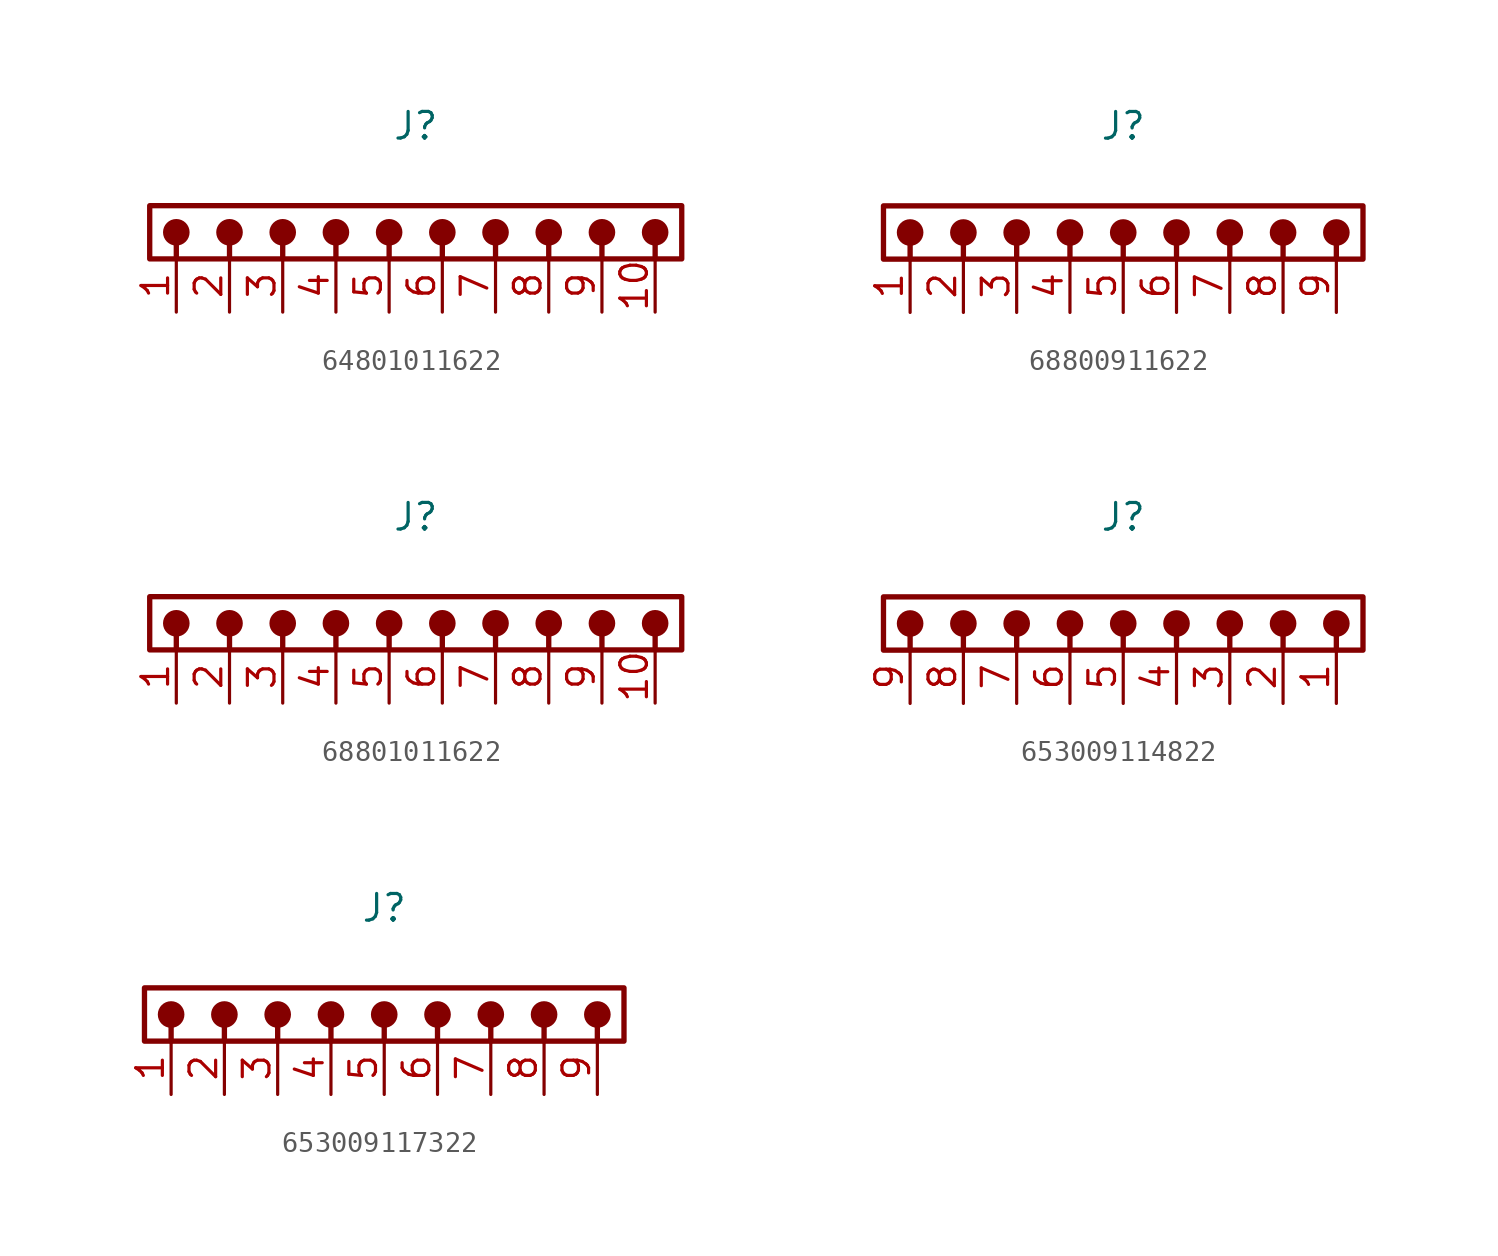
<source format=kicad_sym>
(kicad_symbol_lib
  (version 20241209)
  (generator "kicad_symbol_editor")
  (generator_version "9.0")
  (symbol "64801011622"
    (pin_names
      (hide yes))
    (property "Reference" "J"
      (at 0 5.08 0)
      (effects (font (size 1.27 1.27))))
    (symbol "64801011622_1_1"
      (rectangle (start -12.7 1.27) (end 12.7 -1.27) (stroke (width 0.254) (type solid)) (fill (type none)))
      (circle (center -11.43 0) (radius 0.508) (stroke (width 0.254) (type solid)) (fill (type outline)))
      (polyline (pts (xy -11.43 -0.508) (xy -11.43 -1.27)) (stroke (width 0.254) (type solid)) (fill (type none)))
      (circle (center -8.89 0) (radius 0.508) (stroke (width 0.254) (type solid)) (fill (type outline)))
      (polyline (pts (xy -8.89 -0.508) (xy -8.89 -1.27)) (stroke (width 0.254) (type solid)) (fill (type none)))
      (circle (center -6.35 0) (radius 0.508) (stroke (width 0.254) (type solid)) (fill (type outline)))
      (polyline (pts (xy -6.35 -0.508) (xy -6.35 -1.27)) (stroke (width 0.254) (type solid)) (fill (type none)))
      (circle (center -3.81 0) (radius 0.508) (stroke (width 0.254) (type solid)) (fill (type outline)))
      (polyline (pts (xy -3.81 -0.508) (xy -3.81 -1.27)) (stroke (width 0.254) (type solid)) (fill (type none)))
      (circle (center -1.27 0) (radius 0.508) (stroke (width 0.254) (type solid)) (fill (type outline)))
      (polyline (pts (xy -1.27 -0.508) (xy -1.27 -1.27)) (stroke (width 0.254) (type solid)) (fill (type none)))
      (circle (center 1.27 0) (radius 0.508) (stroke (width 0.254) (type solid)) (fill (type outline)))
      (polyline (pts (xy 1.27 -0.508) (xy 1.27 -1.27)) (stroke (width 0.254) (type solid)) (fill (type none)))
      (circle (center 3.81 0) (radius 0.508) (stroke (width 0.254) (type solid)) (fill (type outline)))
      (polyline (pts (xy 3.81 -0.508) (xy 3.81 -1.27)) (stroke (width 0.254) (type solid)) (fill (type none)))
      (circle (center 6.35 0) (radius 0.508) (stroke (width 0.254) (type solid)) (fill (type outline)))
      (polyline (pts (xy 6.35 -0.508) (xy 6.35 -1.27)) (stroke (width 0.254) (type solid)) (fill (type none)))
      (circle (center 8.89 0) (radius 0.508) (stroke (width 0.254) (type solid)) (fill (type outline)))
      (polyline (pts (xy 8.89 -0.508) (xy 8.89 -1.27)) (stroke (width 0.254) (type solid)) (fill (type none)))
      (circle (center 11.43 0) (radius 0.508) (stroke (width 0.254) (type solid)) (fill (type outline)))
      (polyline (pts (xy 11.43 -0.508) (xy 11.43 -1.27)) (stroke (width 0.254) (type solid)) (fill (type none)))
      (pin passive line (at -11.43 -3.81 90) (length 2.54) (name "1" (effects (font (size 1.27 1.27)))) (number "1" (effects (font (size 1.27 1.27)))))
      (pin passive line (at -8.89 -3.81 90) (length 2.54) (name "2" (effects (font (size 1.27 1.27)))) (number "2" (effects (font (size 1.27 1.27)))))
      (pin passive line (at -6.35 -3.81 90) (length 2.54) (name "3" (effects (font (size 1.27 1.27)))) (number "3" (effects (font (size 1.27 1.27)))))
      (pin passive line (at -3.81 -3.81 90) (length 2.54) (name "4" (effects (font (size 1.27 1.27)))) (number "4" (effects (font (size 1.27 1.27)))))
      (pin passive line (at -1.27 -3.81 90) (length 2.54) (name "5" (effects (font (size 1.27 1.27)))) (number "5" (effects (font (size 1.27 1.27)))))
      (pin passive line (at 1.27 -3.81 90) (length 2.54) (name "6" (effects (font (size 1.27 1.27)))) (number "6" (effects (font (size 1.27 1.27)))))
      (pin passive line (at 3.81 -3.81 90) (length 2.54) (name "7" (effects (font (size 1.27 1.27)))) (number "7" (effects (font (size 1.27 1.27)))))
      (pin passive line (at 6.35 -3.81 90) (length 2.54) (name "8" (effects (font (size 1.27 1.27)))) (number "8" (effects (font (size 1.27 1.27)))))
      (pin passive line (at 8.89 -3.81 90) (length 2.54) (name "9" (effects (font (size 1.27 1.27)))) (number "9" (effects (font (size 1.27 1.27)))))
      (pin passive line (at 11.43 -3.81 90) (length 2.54) (name "10" (effects (font (size 1.27 1.27)))) (number "10" (effects (font (size 1.27 1.27)))))))
  (symbol "68800911622"
    (pin_names
      (hide yes))
    (property "Reference" "J"
      (at 0 5.08 0)
      (effects (font (size 1.27 1.27))))
    (symbol "68800911622_1_1"
      (rectangle (start -11.43 1.27) (end 11.43 -1.27) (stroke (width 0.254) (type solid)) (fill (type none)))
      (circle (center -10.16 0) (radius 0.508) (stroke (width 0.254) (type solid)) (fill (type outline)))
      (polyline (pts (xy -10.16 -0.508) (xy -10.16 -1.27)) (stroke (width 0.254) (type solid)) (fill (type none)))
      (circle (center -7.62 0) (radius 0.508) (stroke (width 0.254) (type solid)) (fill (type outline)))
      (polyline (pts (xy -7.62 -0.508) (xy -7.62 -1.27)) (stroke (width 0.254) (type solid)) (fill (type none)))
      (circle (center -5.08 0) (radius 0.508) (stroke (width 0.254) (type solid)) (fill (type outline)))
      (polyline (pts (xy -5.08 -0.508) (xy -5.08 -1.27)) (stroke (width 0.254) (type solid)) (fill (type none)))
      (circle (center -2.54 0) (radius 0.508) (stroke (width 0.254) (type solid)) (fill (type outline)))
      (polyline (pts (xy -2.54 -0.508) (xy -2.54 -1.27)) (stroke (width 0.254) (type solid)) (fill (type none)))
      (circle (center 0 0) (radius 0.508) (stroke (width 0.254) (type solid)) (fill (type outline)))
      (polyline (pts (xy 0 -0.508) (xy 0 -1.27)) (stroke (width 0.254) (type solid)) (fill (type none)))
      (circle (center 2.54 0) (radius 0.508) (stroke (width 0.254) (type solid)) (fill (type outline)))
      (polyline (pts (xy 2.54 -0.508) (xy 2.54 -1.27)) (stroke (width 0.254) (type solid)) (fill (type none)))
      (circle (center 5.08 0) (radius 0.508) (stroke (width 0.254) (type solid)) (fill (type outline)))
      (polyline (pts (xy 5.08 -0.508) (xy 5.08 -1.27)) (stroke (width 0.254) (type solid)) (fill (type none)))
      (circle (center 7.62 0) (radius 0.508) (stroke (width 0.254) (type solid)) (fill (type outline)))
      (polyline (pts (xy 7.62 -0.508) (xy 7.62 -1.27)) (stroke (width 0.254) (type solid)) (fill (type none)))
      (circle (center 10.16 0) (radius 0.508) (stroke (width 0.254) (type solid)) (fill (type outline)))
      (polyline (pts (xy 10.16 -0.508) (xy 10.16 -1.27)) (stroke (width 0.254) (type solid)) (fill (type none)))
      (pin passive line (at -10.16 -3.81 90) (length 2.54) (name "1" (effects (font (size 1.27 1.27)))) (number "1" (effects (font (size 1.27 1.27)))))
      (pin passive line (at -7.62 -3.81 90) (length 2.54) (name "2" (effects (font (size 1.27 1.27)))) (number "2" (effects (font (size 1.27 1.27)))))
      (pin passive line (at -5.08 -3.81 90) (length 2.54) (name "3" (effects (font (size 1.27 1.27)))) (number "3" (effects (font (size 1.27 1.27)))))
      (pin passive line (at -2.54 -3.81 90) (length 2.54) (name "4" (effects (font (size 1.27 1.27)))) (number "4" (effects (font (size 1.27 1.27)))))
      (pin passive line (at 0 -3.81 90) (length 2.54) (name "5" (effects (font (size 1.27 1.27)))) (number "5" (effects (font (size 1.27 1.27)))))
      (pin passive line (at 2.54 -3.81 90) (length 2.54) (name "6" (effects (font (size 1.27 1.27)))) (number "6" (effects (font (size 1.27 1.27)))))
      (pin passive line (at 5.08 -3.81 90) (length 2.54) (name "7" (effects (font (size 1.27 1.27)))) (number "7" (effects (font (size 1.27 1.27)))))
      (pin passive line (at 7.62 -3.81 90) (length 2.54) (name "8" (effects (font (size 1.27 1.27)))) (number "8" (effects (font (size 1.27 1.27)))))
      (pin passive line (at 10.16 -3.81 90) (length 2.54) (name "9" (effects (font (size 1.27 1.27)))) (number "9" (effects (font (size 1.27 1.27)))))))
  (symbol "68801011622"
    (pin_names
      (hide yes))
    (property "Reference" "J"
      (at 0 5.08 0)
      (effects (font (size 1.27 1.27))))
    (symbol "68801011622_1_1"
      (rectangle (start -12.7 1.27) (end 12.7 -1.27) (stroke (width 0.254) (type solid)) (fill (type none)))
      (circle (center -11.43 0) (radius 0.508) (stroke (width 0.254) (type solid)) (fill (type outline)))
      (polyline (pts (xy -11.43 -0.508) (xy -11.43 -1.27)) (stroke (width 0.254) (type solid)) (fill (type none)))
      (circle (center -8.89 0) (radius 0.508) (stroke (width 0.254) (type solid)) (fill (type outline)))
      (polyline (pts (xy -8.89 -0.508) (xy -8.89 -1.27)) (stroke (width 0.254) (type solid)) (fill (type none)))
      (circle (center -6.35 0) (radius 0.508) (stroke (width 0.254) (type solid)) (fill (type outline)))
      (polyline (pts (xy -6.35 -0.508) (xy -6.35 -1.27)) (stroke (width 0.254) (type solid)) (fill (type none)))
      (circle (center -3.81 0) (radius 0.508) (stroke (width 0.254) (type solid)) (fill (type outline)))
      (polyline (pts (xy -3.81 -0.508) (xy -3.81 -1.27)) (stroke (width 0.254) (type solid)) (fill (type none)))
      (circle (center -1.27 0) (radius 0.508) (stroke (width 0.254) (type solid)) (fill (type outline)))
      (polyline (pts (xy -1.27 -0.508) (xy -1.27 -1.27)) (stroke (width 0.254) (type solid)) (fill (type none)))
      (circle (center 1.27 0) (radius 0.508) (stroke (width 0.254) (type solid)) (fill (type outline)))
      (polyline (pts (xy 1.27 -0.508) (xy 1.27 -1.27)) (stroke (width 0.254) (type solid)) (fill (type none)))
      (circle (center 3.81 0) (radius 0.508) (stroke (width 0.254) (type solid)) (fill (type outline)))
      (polyline (pts (xy 3.81 -0.508) (xy 3.81 -1.27)) (stroke (width 0.254) (type solid)) (fill (type none)))
      (circle (center 6.35 0) (radius 0.508) (stroke (width 0.254) (type solid)) (fill (type outline)))
      (polyline (pts (xy 6.35 -0.508) (xy 6.35 -1.27)) (stroke (width 0.254) (type solid)) (fill (type none)))
      (circle (center 8.89 0) (radius 0.508) (stroke (width 0.254) (type solid)) (fill (type outline)))
      (polyline (pts (xy 8.89 -0.508) (xy 8.89 -1.27)) (stroke (width 0.254) (type solid)) (fill (type none)))
      (circle (center 11.43 0) (radius 0.508) (stroke (width 0.254) (type solid)) (fill (type outline)))
      (polyline (pts (xy 11.43 -0.508) (xy 11.43 -1.27)) (stroke (width 0.254) (type solid)) (fill (type none)))
      (pin passive line (at -11.43 -3.81 90) (length 2.54) (name "1" (effects (font (size 1.27 1.27)))) (number "1" (effects (font (size 1.27 1.27)))))
      (pin passive line (at -8.89 -3.81 90) (length 2.54) (name "2" (effects (font (size 1.27 1.27)))) (number "2" (effects (font (size 1.27 1.27)))))
      (pin passive line (at -6.35 -3.81 90) (length 2.54) (name "3" (effects (font (size 1.27 1.27)))) (number "3" (effects (font (size 1.27 1.27)))))
      (pin passive line (at -3.81 -3.81 90) (length 2.54) (name "4" (effects (font (size 1.27 1.27)))) (number "4" (effects (font (size 1.27 1.27)))))
      (pin passive line (at -1.27 -3.81 90) (length 2.54) (name "5" (effects (font (size 1.27 1.27)))) (number "5" (effects (font (size 1.27 1.27)))))
      (pin passive line (at 1.27 -3.81 90) (length 2.54) (name "6" (effects (font (size 1.27 1.27)))) (number "6" (effects (font (size 1.27 1.27)))))
      (pin passive line (at 3.81 -3.81 90) (length 2.54) (name "7" (effects (font (size 1.27 1.27)))) (number "7" (effects (font (size 1.27 1.27)))))
      (pin passive line (at 6.35 -3.81 90) (length 2.54) (name "8" (effects (font (size 1.27 1.27)))) (number "8" (effects (font (size 1.27 1.27)))))
      (pin passive line (at 8.89 -3.81 90) (length 2.54) (name "9" (effects (font (size 1.27 1.27)))) (number "9" (effects (font (size 1.27 1.27)))))
      (pin passive line (at 11.43 -3.81 90) (length 2.54) (name "10" (effects (font (size 1.27 1.27)))) (number "10" (effects (font (size 1.27 1.27)))))))
  (symbol "653009114822"
    (pin_names
      (hide yes))
    (property "Reference" "J"
      (at 0 5.08 0)
      (effects (font (size 1.27 1.27))))
    (symbol "653009114822_1_1"
      (rectangle (start -11.43 1.27) (end 11.43 -1.27) (stroke (width 0.254) (type solid)) (fill (type none)))
      (circle (center -10.16 0) (radius 0.508) (stroke (width 0.254) (type solid)) (fill (type outline)))
      (polyline (pts (xy -10.16 -0.508) (xy -10.16 -1.27)) (stroke (width 0.254) (type solid)) (fill (type none)))
      (circle (center -7.62 0) (radius 0.508) (stroke (width 0.254) (type solid)) (fill (type outline)))
      (polyline (pts (xy -7.62 -0.508) (xy -7.62 -1.27)) (stroke (width 0.254) (type solid)) (fill (type none)))
      (circle (center -5.08 0) (radius 0.508) (stroke (width 0.254) (type solid)) (fill (type outline)))
      (polyline (pts (xy -5.08 -0.508) (xy -5.08 -1.27)) (stroke (width 0.254) (type solid)) (fill (type none)))
      (circle (center -2.54 0) (radius 0.508) (stroke (width 0.254) (type solid)) (fill (type outline)))
      (polyline (pts (xy -2.54 -0.508) (xy -2.54 -1.27)) (stroke (width 0.254) (type solid)) (fill (type none)))
      (circle (center 0 0) (radius 0.508) (stroke (width 0.254) (type solid)) (fill (type outline)))
      (polyline (pts (xy 0 -0.508) (xy 0 -1.27)) (stroke (width 0.254) (type solid)) (fill (type none)))
      (circle (center 2.54 0) (radius 0.508) (stroke (width 0.254) (type solid)) (fill (type outline)))
      (polyline (pts (xy 2.54 -0.508) (xy 2.54 -1.27)) (stroke (width 0.254) (type solid)) (fill (type none)))
      (circle (center 5.08 0) (radius 0.508) (stroke (width 0.254) (type solid)) (fill (type outline)))
      (polyline (pts (xy 5.08 -0.508) (xy 5.08 -1.27)) (stroke (width 0.254) (type solid)) (fill (type none)))
      (circle (center 7.62 0) (radius 0.508) (stroke (width 0.254) (type solid)) (fill (type outline)))
      (polyline (pts (xy 7.62 -0.508) (xy 7.62 -1.27)) (stroke (width 0.254) (type solid)) (fill (type none)))
      (circle (center 10.16 0) (radius 0.508) (stroke (width 0.254) (type solid)) (fill (type outline)))
      (polyline (pts (xy 10.16 -0.508) (xy 10.16 -1.27)) (stroke (width 0.254) (type solid)) (fill (type none)))
      (pin passive line (at -10.16 -3.81 90) (length 2.54) (name "9" (effects (font (size 1.27 1.27)))) (number "9" (effects (font (size 1.27 1.27)))))
      (pin passive line (at -7.62 -3.81 90) (length 2.54) (name "8" (effects (font (size 1.27 1.27)))) (number "8" (effects (font (size 1.27 1.27)))))
      (pin passive line (at -5.08 -3.81 90) (length 2.54) (name "7" (effects (font (size 1.27 1.27)))) (number "7" (effects (font (size 1.27 1.27)))))
      (pin passive line (at -2.54 -3.81 90) (length 2.54) (name "6" (effects (font (size 1.27 1.27)))) (number "6" (effects (font (size 1.27 1.27)))))
      (pin passive line (at 0 -3.81 90) (length 2.54) (name "5" (effects (font (size 1.27 1.27)))) (number "5" (effects (font (size 1.27 1.27)))))
      (pin passive line (at 2.54 -3.81 90) (length 2.54) (name "4" (effects (font (size 1.27 1.27)))) (number "4" (effects (font (size 1.27 1.27)))))
      (pin passive line (at 5.08 -3.81 90) (length 2.54) (name "3" (effects (font (size 1.27 1.27)))) (number "3" (effects (font (size 1.27 1.27)))))
      (pin passive line (at 7.62 -3.81 90) (length 2.54) (name "2" (effects (font (size 1.27 1.27)))) (number "2" (effects (font (size 1.27 1.27)))))
      (pin passive line (at 10.16 -3.81 90) (length 2.54) (name "1" (effects (font (size 1.27 1.27)))) (number "1" (effects (font (size 1.27 1.27)))))))
  (symbol "653009117322"
    (pin_names
      (hide yes))
    (property "Reference" "J"
      (at 0 5.08 0)
      (effects (font (size 1.27 1.27))))
    (symbol "653009117322_1_1"
      (rectangle (start -11.43 1.27) (end 11.43 -1.27) (stroke (width 0.254) (type solid)) (fill (type none)))
      (circle (center -10.16 0) (radius 0.508) (stroke (width 0.254) (type solid)) (fill (type outline)))
      (polyline (pts (xy -10.16 -0.508) (xy -10.16 -1.27)) (stroke (width 0.254) (type solid)) (fill (type none)))
      (circle (center -7.62 0) (radius 0.508) (stroke (width 0.254) (type solid)) (fill (type outline)))
      (polyline (pts (xy -7.62 -0.508) (xy -7.62 -1.27)) (stroke (width 0.254) (type solid)) (fill (type none)))
      (circle (center -5.08 0) (radius 0.508) (stroke (width 0.254) (type solid)) (fill (type outline)))
      (polyline (pts (xy -5.08 -0.508) (xy -5.08 -1.27)) (stroke (width 0.254) (type solid)) (fill (type none)))
      (circle (center -2.54 0) (radius 0.508) (stroke (width 0.254) (type solid)) (fill (type outline)))
      (polyline (pts (xy -2.54 -0.508) (xy -2.54 -1.27)) (stroke (width 0.254) (type solid)) (fill (type none)))
      (circle (center 0 0) (radius 0.508) (stroke (width 0.254) (type solid)) (fill (type outline)))
      (polyline (pts (xy 0 -0.508) (xy 0 -1.27)) (stroke (width 0.254) (type solid)) (fill (type none)))
      (circle (center 2.54 0) (radius 0.508) (stroke (width 0.254) (type solid)) (fill (type outline)))
      (polyline (pts (xy 2.54 -0.508) (xy 2.54 -1.27)) (stroke (width 0.254) (type solid)) (fill (type none)))
      (circle (center 5.08 0) (radius 0.508) (stroke (width 0.254) (type solid)) (fill (type outline)))
      (polyline (pts (xy 5.08 -0.508) (xy 5.08 -1.27)) (stroke (width 0.254) (type solid)) (fill (type none)))
      (circle (center 7.62 0) (radius 0.508) (stroke (width 0.254) (type solid)) (fill (type outline)))
      (polyline (pts (xy 7.62 -0.508) (xy 7.62 -1.27)) (stroke (width 0.254) (type solid)) (fill (type none)))
      (circle (center 10.16 0) (radius 0.508) (stroke (width 0.254) (type solid)) (fill (type outline)))
      (polyline (pts (xy 10.16 -0.508) (xy 10.16 -1.27)) (stroke (width 0.254) (type solid)) (fill (type none)))
      (pin passive line (at -10.16 -3.81 90) (length 2.54) (name "1" (effects (font (size 1.27 1.27)))) (number "1" (effects (font (size 1.27 1.27)))))
      (pin passive line (at -7.62 -3.81 90) (length 2.54) (name "2" (effects (font (size 1.27 1.27)))) (number "2" (effects (font (size 1.27 1.27)))))
      (pin passive line (at -5.08 -3.81 90) (length 2.54) (name "3" (effects (font (size 1.27 1.27)))) (number "3" (effects (font (size 1.27 1.27)))))
      (pin passive line (at -2.54 -3.81 90) (length 2.54) (name "4" (effects (font (size 1.27 1.27)))) (number "4" (effects (font (size 1.27 1.27)))))
      (pin passive line (at 0 -3.81 90) (length 2.54) (name "5" (effects (font (size 1.27 1.27)))) (number "5" (effects (font (size 1.27 1.27)))))
      (pin passive line (at 2.54 -3.81 90) (length 2.54) (name "6" (effects (font (size 1.27 1.27)))) (number "6" (effects (font (size 1.27 1.27)))))
      (pin passive line (at 5.08 -3.81 90) (length 2.54) (name "7" (effects (font (size 1.27 1.27)))) (number "7" (effects (font (size 1.27 1.27)))))
      (pin passive line (at 7.62 -3.81 90) (length 2.54) (name "8" (effects (font (size 1.27 1.27)))) (number "8" (effects (font (size 1.27 1.27)))))
      (pin passive line (at 10.16 -3.81 90) (length 2.54) (name "9" (effects (font (size 1.27 1.27)))) (number "9" (effects (font (size 1.27 1.27))))))))
</source>
